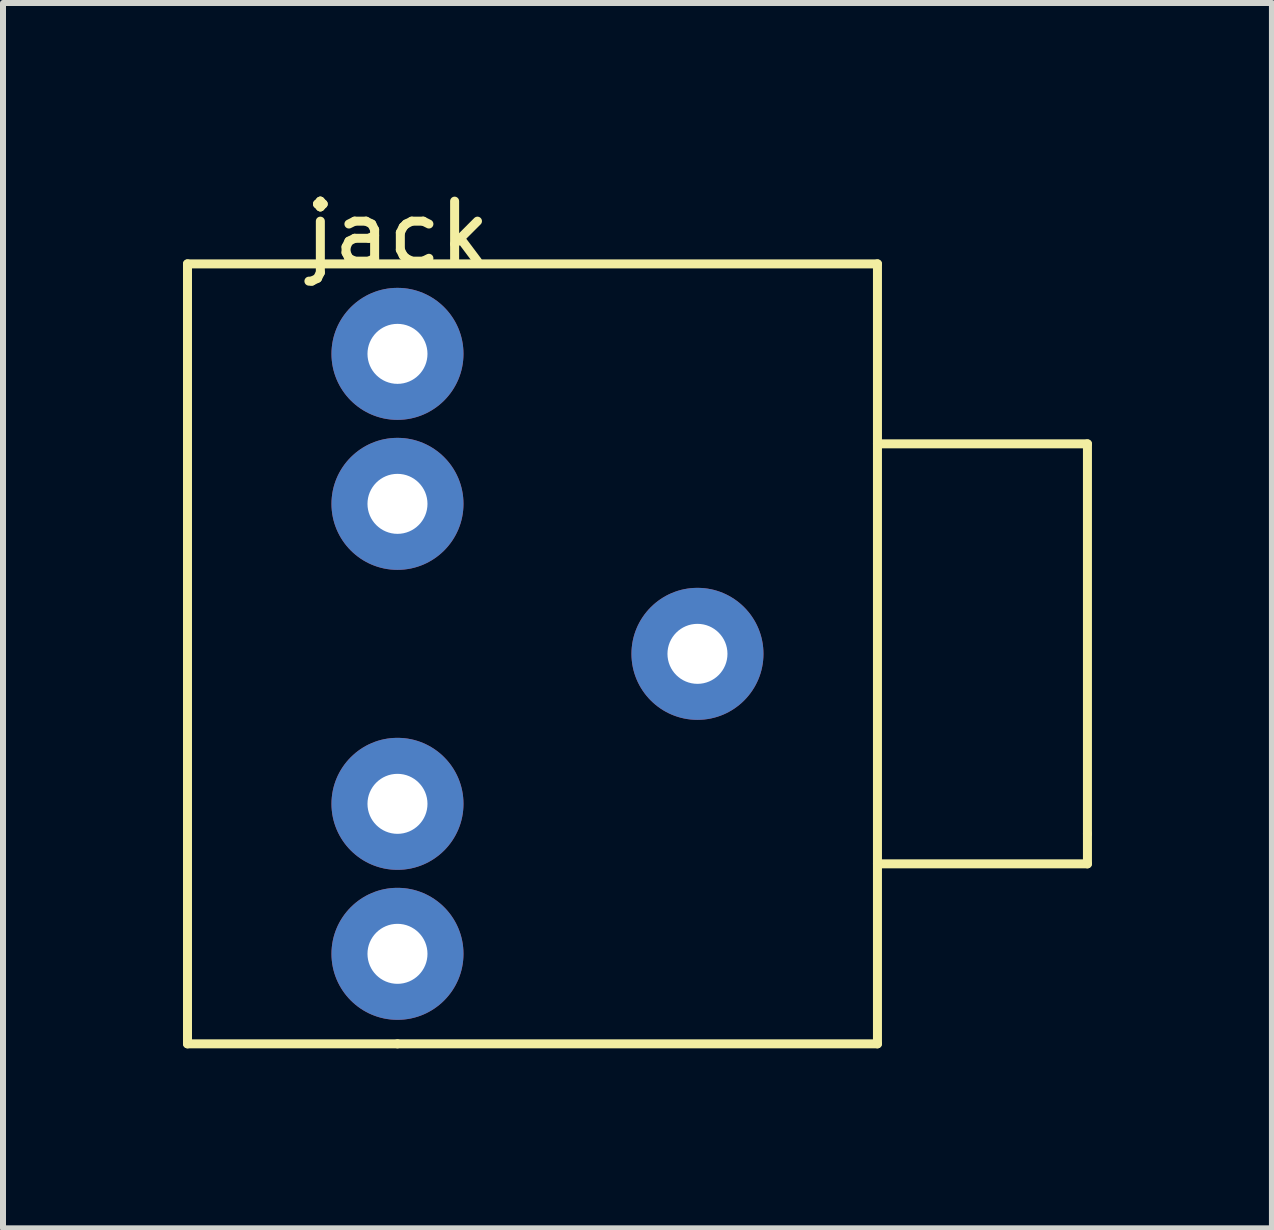
<source format=kicad_pcb>
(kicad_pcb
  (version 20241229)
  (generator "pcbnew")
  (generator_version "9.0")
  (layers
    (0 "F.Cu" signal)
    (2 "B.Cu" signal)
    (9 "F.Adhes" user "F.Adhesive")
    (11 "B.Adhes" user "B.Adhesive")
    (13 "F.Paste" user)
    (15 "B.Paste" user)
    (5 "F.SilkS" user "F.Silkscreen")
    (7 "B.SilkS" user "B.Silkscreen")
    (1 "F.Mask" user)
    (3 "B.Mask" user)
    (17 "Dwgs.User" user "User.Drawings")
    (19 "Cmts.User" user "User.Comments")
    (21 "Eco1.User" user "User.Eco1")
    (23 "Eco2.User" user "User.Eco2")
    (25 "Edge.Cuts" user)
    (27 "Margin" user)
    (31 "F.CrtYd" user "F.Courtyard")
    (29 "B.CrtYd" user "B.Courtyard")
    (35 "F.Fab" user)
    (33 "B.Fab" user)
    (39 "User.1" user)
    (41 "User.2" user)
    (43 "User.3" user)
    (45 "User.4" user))
  (footprint "jack"
    (layer "F.Cu")
    (at 3.575 0.348)
    (property "Reference" "jack" (at 0 0.5 0) (layer "F.SilkS") (effects (font (size 1 1) (thickness 0.15))))
    (attr through_hole)
    (fp_line (start -3.5 1) (end 8 1) (stroke (width 0.15) (type solid)) (layer "F.SilkS"))
    (fp_line (start -3.5 14) (end -3.5 1) (stroke (width 0.15) (type solid)) (layer "F.SilkS"))
    (fp_line (start 0 14) (end -3.5 14) (stroke (width 0.15) (type solid)) (layer "F.SilkS"))
    (fp_line (start 8 1) (end 8 14) (stroke (width 0.15) (type solid)) (layer "F.SilkS"))
    (fp_line (start 8 14) (end 0 14) (stroke (width 0.15) (type solid)) (layer "F.SilkS"))
    (fp_line (start 11.5 4) (end 8 4) (stroke (width 0.15) (type solid)) (layer "F.SilkS"))
    (fp_line (start 11.5 10.5) (end 11.5 4) (stroke (width 0.15) (type solid)) (layer "F.SilkS"))
    (fp_line (start 11.5 10.5) (end 11.5 11) (stroke (width 0.15) (type solid)) (layer "F.SilkS"))
    (fp_line (start 11.5 11) (end 8 11) (stroke (width 0.15) (type solid)) (layer "F.SilkS"))
    (pad "1" thru_hole circle (at 0 2.5) (size 2.2 2.2) (drill 1) (layers "*.Cu" "*.Mask"))
    (pad "2" thru_hole circle (at 0 5) (size 2.2 2.2) (drill 1) (layers "*.Cu" "*.Mask"))
    (pad "3" thru_hole circle (at 0 10) (size 2.2 2.2) (drill 1) (layers "*.Cu" "*.Mask"))
    (pad "4" thru_hole circle (at 0 12.5) (size 2.2 2.2) (drill 1) (layers "*.Cu" "*.Mask"))
    (pad "5" thru_hole circle (at 5 7.5) (size 2.2 2.2) (drill 1) (layers "*.Cu" "*.Mask")))
  (gr_rect
    (start -3 -3)
    (end 18.15 17.423)
    (stroke (width 0.1) (type default))
    (fill no)
    (layer "Edge.Cuts")))
</source>
